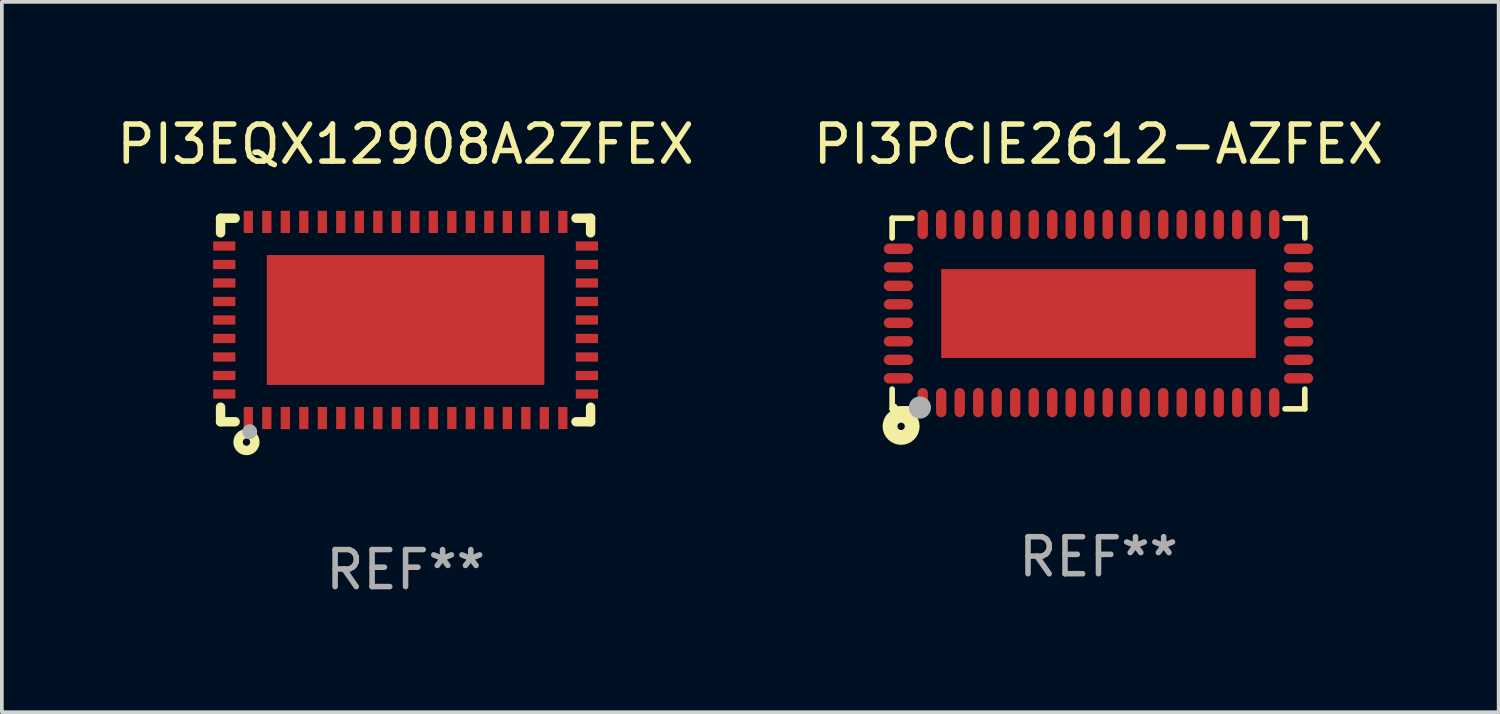
<source format=kicad_pcb>
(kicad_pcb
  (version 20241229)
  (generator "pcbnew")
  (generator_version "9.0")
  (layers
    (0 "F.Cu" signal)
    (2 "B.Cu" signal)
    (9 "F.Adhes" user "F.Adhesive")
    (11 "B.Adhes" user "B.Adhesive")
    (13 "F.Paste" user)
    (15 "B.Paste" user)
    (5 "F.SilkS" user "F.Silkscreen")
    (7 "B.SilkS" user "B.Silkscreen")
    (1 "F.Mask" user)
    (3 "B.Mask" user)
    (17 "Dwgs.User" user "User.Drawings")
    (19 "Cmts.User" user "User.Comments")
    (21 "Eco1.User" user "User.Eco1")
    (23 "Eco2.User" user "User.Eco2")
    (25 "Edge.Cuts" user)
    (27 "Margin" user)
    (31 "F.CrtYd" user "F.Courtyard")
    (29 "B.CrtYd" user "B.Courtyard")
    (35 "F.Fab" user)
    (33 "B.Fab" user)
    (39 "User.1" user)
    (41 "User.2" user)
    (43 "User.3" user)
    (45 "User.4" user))
  (footprint "PI3EQX12908A2ZFEX"
    (layer "F.Cu")
    (at 7.911 5.598)
    (property "Reference" "PI3EQX12908A2ZFEX" (at 0 -4.75 0) (layer "F.SilkS") (effects (font (size 1 1) (thickness 0.15))))
    (attr through_hole)
    (fp_line (start -5 -2.75) (end -4.606 -2.75) (stroke (width 0.254) (type solid)) (layer "F.SilkS"))
    (fp_line (start -5 -2.356) (end -5 -2.75) (stroke (width 0.254) (type solid)) (layer "F.SilkS"))
    (fp_line (start -5 2.75) (end -5 2.356) (stroke (width 0.254) (type solid)) (layer "F.SilkS"))
    (fp_line (start -4.606 2.75) (end -5 2.75) (stroke (width 0.254) (type solid)) (layer "F.SilkS"))
    (fp_line (start 4.606 -2.75) (end 5 -2.75) (stroke (width 0.254) (type solid)) (layer "F.SilkS"))
    (fp_line (start 5 -2.75) (end 5 -2.356) (stroke (width 0.254) (type solid)) (layer "F.SilkS"))
    (fp_line (start 5 2.356) (end 5 2.75) (stroke (width 0.254) (type solid)) (layer "F.SilkS"))
    (fp_line (start 5 2.75) (end 4.606 2.75) (stroke (width 0.254) (type solid)) (layer "F.SilkS"))
    (fp_circle (center -5 2.75) (end -4.97 2.75) (stroke (width 0.06) (type solid)) (fill no) (layer "F.SilkS"))
    (fp_circle (center -4.3 3.3) (end -4.2 3.3) (stroke (width 0.254) (type solid)) (fill no) (layer "F.SilkS"))
    (fp_circle (center -4.212 3.018) (end -4.111 3.018) (stroke (width 0.2) (type solid)) (fill no) (layer "F.Fab"))
    (fp_text user "REF**" (at 0 6.75 0) (layer "F.Fab") (effects (font (size 1 1) (thickness 0.15))))
    (pad "1" smd rect (at -4.25 2.65 270) (size 0.6 0.25) (layers "F.Cu" "F.Mask" "F.Paste"))
    (pad "2" smd rect (at -3.75 2.65 270) (size 0.6 0.25) (layers "F.Cu" "F.Mask" "F.Paste"))
    (pad "3" smd rect (at -3.25 2.65 270) (size 0.6 0.25) (layers "F.Cu" "F.Mask" "F.Paste"))
    (pad "4" smd rect (at -2.75 2.65 270) (size 0.6 0.25) (layers "F.Cu" "F.Mask" "F.Paste"))
    (pad "5" smd rect (at -2.25 2.65 270) (size 0.6 0.25) (layers "F.Cu" "F.Mask" "F.Paste"))
    (pad "6" smd rect (at -1.75 2.65 270) (size 0.6 0.25) (layers "F.Cu" "F.Mask" "F.Paste"))
    (pad "7" smd rect (at -1.25 2.65 270) (size 0.6 0.25) (layers "F.Cu" "F.Mask" "F.Paste"))
    (pad "8" smd rect (at -0.75 2.65 270) (size 0.6 0.25) (layers "F.Cu" "F.Mask" "F.Paste"))
    (pad "9" smd rect (at -0.25 2.65 270) (size 0.6 0.25) (layers "F.Cu" "F.Mask" "F.Paste"))
    (pad "10" smd rect (at 0.25 2.65 270) (size 0.6 0.25) (layers "F.Cu" "F.Mask" "F.Paste"))
    (pad "11" smd rect (at 0.75 2.65 270) (size 0.6 0.25) (layers "F.Cu" "F.Mask" "F.Paste"))
    (pad "12" smd rect (at 1.25 2.65 270) (size 0.6 0.25) (layers "F.Cu" "F.Mask" "F.Paste"))
    (pad "13" smd rect (at 1.75 2.65 270) (size 0.6 0.25) (layers "F.Cu" "F.Mask" "F.Paste"))
    (pad "14" smd rect (at 2.25 2.65 270) (size 0.6 0.25) (layers "F.Cu" "F.Mask" "F.Paste"))
    (pad "15" smd rect (at 2.75 2.65 270) (size 0.6 0.25) (layers "F.Cu" "F.Mask" "F.Paste"))
    (pad "16" smd rect (at 3.25 2.65 270) (size 0.6 0.25) (layers "F.Cu" "F.Mask" "F.Paste"))
    (pad "17" smd rect (at 3.75 2.65 270) (size 0.6 0.25) (layers "F.Cu" "F.Mask" "F.Paste"))
    (pad "18" smd rect (at 4.25 2.65 270) (size 0.6 0.25) (layers "F.Cu" "F.Mask" "F.Paste"))
    (pad "19" smd rect (at 4.9 2 270) (size 0.25 0.6) (layers "F.Cu" "F.Mask" "F.Paste"))
    (pad "20" smd rect (at 4.9 1.5 270) (size 0.25 0.6) (layers "F.Cu" "F.Mask" "F.Paste"))
    (pad "21" smd rect (at 4.9 1 270) (size 0.25 0.6) (layers "F.Cu" "F.Mask" "F.Paste"))
    (pad "22" smd rect (at 4.9 0.5 270) (size 0.25 0.6) (layers "F.Cu" "F.Mask" "F.Paste"))
    (pad "23" smd rect (at 4.9 -0.000076 270) (size 0.25 0.6) (layers "F.Cu" "F.Mask" "F.Paste"))
    (pad "24" smd rect (at 4.9 -0.5 270) (size 0.25 0.6) (layers "F.Cu" "F.Mask" "F.Paste"))
    (pad "25" smd rect (at 4.9 -1 270) (size 0.25 0.6) (layers "F.Cu" "F.Mask" "F.Paste"))
    (pad "26" smd rect (at 4.9 -1.5 270) (size 0.25 0.6) (layers "F.Cu" "F.Mask" "F.Paste"))
    (pad "27" smd rect (at 4.9 -2 270) (size 0.25 0.6) (layers "F.Cu" "F.Mask" "F.Paste"))
    (pad "28" smd rect (at 4.25 -2.65 270) (size 0.6 0.25) (layers "F.Cu" "F.Mask" "F.Paste"))
    (pad "29" smd rect (at 3.75 -2.65 270) (size 0.6 0.25) (layers "F.Cu" "F.Mask" "F.Paste"))
    (pad "30" smd rect (at 3.25 -2.65 270) (size 0.6 0.25) (layers "F.Cu" "F.Mask" "F.Paste"))
    (pad "31" smd rect (at 2.75 -2.65 270) (size 0.6 0.25) (layers "F.Cu" "F.Mask" "F.Paste"))
    (pad "32" smd rect (at 2.25 -2.65 270) (size 0.6 0.25) (layers "F.Cu" "F.Mask" "F.Paste"))
    (pad "33" smd rect (at 1.75 -2.65 270) (size 0.6 0.25) (layers "F.Cu" "F.Mask" "F.Paste"))
    (pad "34" smd rect (at 1.25 -2.65 270) (size 0.6 0.25) (layers "F.Cu" "F.Mask" "F.Paste"))
    (pad "35" smd rect (at 0.75 -2.65 270) (size 0.6 0.25) (layers "F.Cu" "F.Mask" "F.Paste"))
    (pad "36" smd rect (at 0.25 -2.65 270) (size 0.6 0.25) (layers "F.Cu" "F.Mask" "F.Paste"))
    (pad "37" smd rect (at -0.25 -2.65 270) (size 0.6 0.25) (layers "F.Cu" "F.Mask" "F.Paste"))
    (pad "38" smd rect (at -0.75 -2.65 270) (size 0.6 0.25) (layers "F.Cu" "F.Mask" "F.Paste"))
    (pad "39" smd rect (at -1.25 -2.65 270) (size 0.6 0.25) (layers "F.Cu" "F.Mask" "F.Paste"))
    (pad "40" smd rect (at -1.75 -2.65 270) (size 0.6 0.25) (layers "F.Cu" "F.Mask" "F.Paste"))
    (pad "41" smd rect (at -2.25 -2.65 270) (size 0.6 0.25) (layers "F.Cu" "F.Mask" "F.Paste"))
    (pad "42" smd rect (at -2.75 -2.65 270) (size 0.6 0.25) (layers "F.Cu" "F.Mask" "F.Paste"))
    (pad "43" smd rect (at -3.25 -2.65 270) (size 0.6 0.25) (layers "F.Cu" "F.Mask" "F.Paste"))
    (pad "44" smd rect (at -3.75 -2.65 270) (size 0.6 0.25) (layers "F.Cu" "F.Mask" "F.Paste"))
    (pad "45" smd rect (at -4.25 -2.65 270) (size 0.6 0.25) (layers "F.Cu" "F.Mask" "F.Paste"))
    (pad "46" smd rect (at -4.9 -2 270) (size 0.25 0.6) (layers "F.Cu" "F.Mask" "F.Paste"))
    (pad "47" smd rect (at -4.9 -1.5 270) (size 0.25 0.6) (layers "F.Cu" "F.Mask" "F.Paste"))
    (pad "48" smd rect (at -4.9 -1 270) (size 0.25 0.6) (layers "F.Cu" "F.Mask" "F.Paste"))
    (pad "49" smd rect (at -4.9 -0.5 270) (size 0.25 0.6) (layers "F.Cu" "F.Mask" "F.Paste"))
    (pad "50" smd rect (at -4.9 -0.000076 270) (size 0.25 0.6) (layers "F.Cu" "F.Mask" "F.Paste"))
    (pad "51" smd rect (at -4.9 0.5 270) (size 0.25 0.6) (layers "F.Cu" "F.Mask" "F.Paste"))
    (pad "52" smd rect (at -4.9 1 270) (size 0.25 0.6) (layers "F.Cu" "F.Mask" "F.Paste"))
    (pad "53" smd rect (at -4.9 1.5 270) (size 0.25 0.6) (layers "F.Cu" "F.Mask" "F.Paste"))
    (pad "54" smd rect (at -4.9 2 270) (size 0.25 0.6) (layers "F.Cu" "F.Mask" "F.Paste"))
    (pad "55" smd rect (at 0.000064 -0.000076 270) (size 3.51 7.5) (layers "F.Cu" "F.Mask" "F.Paste")))
  (footprint "PI3PCIE2612-AZFEX"
    (layer "F.Cu")
    (at 26.637 5.424)
    (property "Reference" "PI3PCIE2612-AZFEX" (at 0 -4.576 0) (layer "F.SilkS") (effects (font (size 1 1) (thickness 0.15))))
    (attr through_hole)
    (fp_line (start -5.576 -2.576) (end -5.576 -2.042) (stroke (width 0.152) (type solid)) (layer "F.SilkS"))
    (fp_line (start -5.576 2.576) (end -5.576 2.042) (stroke (width 0.152) (type solid)) (layer "F.SilkS"))
    (fp_line (start -5.042 -2.576) (end -5.576 -2.576) (stroke (width 0.152) (type solid)) (layer "F.SilkS"))
    (fp_line (start -5.042 2.576) (end -5.576 2.576) (stroke (width 0.152) (type solid)) (layer "F.SilkS"))
    (fp_line (start 5.042 -2.576) (end 5.576 -2.576) (stroke (width 0.152) (type solid)) (layer "F.SilkS"))
    (fp_line (start 5.042 2.576) (end 5.576 2.576) (stroke (width 0.152) (type solid)) (layer "F.SilkS"))
    (fp_line (start 5.576 -2.576) (end 5.576 -2.042) (stroke (width 0.152) (type solid)) (layer "F.SilkS"))
    (fp_line (start 5.576 2.576) (end 5.576 2.042) (stroke (width 0.152) (type solid)) (layer "F.SilkS"))
    (fp_circle (center -5.5 2.5) (end -5.47 2.5) (stroke (width 0.06) (type solid)) (fill no) (layer "F.SilkS"))
    (fp_circle (center -5.334 3.048) (end -5.234 3.048) (stroke (width 0.4) (type solid)) (fill no) (layer "F.SilkS"))
    (fp_circle (center -4.826 2.54) (end -4.676 2.54) (stroke (width 0.3) (type solid)) (fill no) (layer "F.Fab"))
    (fp_text user "REF**" (at 0 6.576 0) (layer "F.Fab") (effects (font (size 1 1) (thickness 0.15))))
    (pad "1" smd oval (at -4.75 2.407) (size 0.28 0.79) (layers "F.Cu" "F.Mask" "F.Paste"))
    (pad "2" smd oval (at -4.25 2.407) (size 0.28 0.79) (layers "F.Cu" "F.Mask" "F.Paste"))
    (pad "3" smd oval (at -3.75 2.407) (size 0.28 0.79) (layers "F.Cu" "F.Mask" "F.Paste"))
    (pad "4" smd oval (at -3.25 2.407) (size 0.28 0.79) (layers "F.Cu" "F.Mask" "F.Paste"))
    (pad "5" smd oval (at -2.75 2.407) (size 0.28 0.79) (layers "F.Cu" "F.Mask" "F.Paste"))
    (pad "6" smd oval (at -2.25 2.407) (size 0.28 0.79) (layers "F.Cu" "F.Mask" "F.Paste"))
    (pad "7" smd oval (at -1.75 2.407) (size 0.28 0.79) (layers "F.Cu" "F.Mask" "F.Paste"))
    (pad "8" smd oval (at -1.25 2.407) (size 0.28 0.79) (layers "F.Cu" "F.Mask" "F.Paste"))
    (pad "9" smd oval (at -0.75 2.407) (size 0.28 0.79) (layers "F.Cu" "F.Mask" "F.Paste"))
    (pad "10" smd oval (at -0.25 2.407) (size 0.28 0.79) (layers "F.Cu" "F.Mask" "F.Paste"))
    (pad "11" smd oval (at 0.25 2.407) (size 0.28 0.79) (layers "F.Cu" "F.Mask" "F.Paste"))
    (pad "12" smd oval (at 0.75 2.407) (size 0.28 0.79) (layers "F.Cu" "F.Mask" "F.Paste"))
    (pad "13" smd oval (at 1.25 2.407) (size 0.28 0.79) (layers "F.Cu" "F.Mask" "F.Paste"))
    (pad "14" smd oval (at 1.75 2.407) (size 0.28 0.79) (layers "F.Cu" "F.Mask" "F.Paste"))
    (pad "15" smd oval (at 2.25 2.407) (size 0.28 0.79) (layers "F.Cu" "F.Mask" "F.Paste"))
    (pad "16" smd oval (at 2.75 2.407) (size 0.28 0.79) (layers "F.Cu" "F.Mask" "F.Paste"))
    (pad "17" smd oval (at 3.25 2.407) (size 0.28 0.79) (layers "F.Cu" "F.Mask" "F.Paste"))
    (pad "18" smd oval (at 3.75 2.407) (size 0.28 0.79) (layers "F.Cu" "F.Mask" "F.Paste"))
    (pad "19" smd oval (at 4.25 2.407) (size 0.28 0.79) (layers "F.Cu" "F.Mask" "F.Paste"))
    (pad "20" smd oval (at 4.75 2.407) (size 0.28 0.79) (layers "F.Cu" "F.Mask" "F.Paste"))
    (pad "21" smd oval (at 5.407 1.75) (size 0.79 0.28) (layers "F.Cu" "F.Mask" "F.Paste"))
    (pad "22" smd oval (at 5.407 1.25) (size 0.79 0.28) (layers "F.Cu" "F.Mask" "F.Paste"))
    (pad "23" smd oval (at 5.407 0.75) (size 0.79 0.28) (layers "F.Cu" "F.Mask" "F.Paste"))
    (pad "24" smd oval (at 5.407 0.25) (size 0.79 0.28) (layers "F.Cu" "F.Mask" "F.Paste"))
    (pad "25" smd oval (at 5.407 -0.25) (size 0.79 0.28) (layers "F.Cu" "F.Mask" "F.Paste"))
    (pad "26" smd oval (at 5.407 -0.75) (size 0.79 0.28) (layers "F.Cu" "F.Mask" "F.Paste"))
    (pad "27" smd oval (at 5.407 -1.25) (size 0.79 0.28) (layers "F.Cu" "F.Mask" "F.Paste"))
    (pad "28" smd oval (at 5.407 -1.75) (size 0.79 0.28) (layers "F.Cu" "F.Mask" "F.Paste"))
    (pad "29" smd oval (at 4.75 -2.407) (size 0.28 0.79) (layers "F.Cu" "F.Mask" "F.Paste"))
    (pad "30" smd oval (at 4.25 -2.407) (size 0.28 0.79) (layers "F.Cu" "F.Mask" "F.Paste"))
    (pad "31" smd oval (at 3.75 -2.407) (size 0.28 0.79) (layers "F.Cu" "F.Mask" "F.Paste"))
    (pad "32" smd oval (at 3.25 -2.407) (size 0.28 0.79) (layers "F.Cu" "F.Mask" "F.Paste"))
    (pad "33" smd oval (at 2.75 -2.407) (size 0.28 0.79) (layers "F.Cu" "F.Mask" "F.Paste"))
    (pad "34" smd oval (at 2.25 -2.407) (size 0.28 0.79) (layers "F.Cu" "F.Mask" "F.Paste"))
    (pad "35" smd oval (at 1.75 -2.407) (size 0.28 0.79) (layers "F.Cu" "F.Mask" "F.Paste"))
    (pad "36" smd oval (at 1.25 -2.407) (size 0.28 0.79) (layers "F.Cu" "F.Mask" "F.Paste"))
    (pad "37" smd oval (at 0.75 -2.407) (size 0.28 0.79) (layers "F.Cu" "F.Mask" "F.Paste"))
    (pad "38" smd oval (at 0.25 -2.407) (size 0.28 0.79) (layers "F.Cu" "F.Mask" "F.Paste"))
    (pad "39" smd oval (at -0.25 -2.407) (size 0.28 0.79) (layers "F.Cu" "F.Mask" "F.Paste"))
    (pad "40" smd oval (at -0.75 -2.407) (size 0.28 0.79) (layers "F.Cu" "F.Mask" "F.Paste"))
    (pad "41" smd oval (at -1.25 -2.407) (size 0.28 0.79) (layers "F.Cu" "F.Mask" "F.Paste"))
    (pad "42" smd oval (at -1.75 -2.407) (size 0.28 0.79) (layers "F.Cu" "F.Mask" "F.Paste"))
    (pad "43" smd oval (at -2.25 -2.407) (size 0.28 0.79) (layers "F.Cu" "F.Mask" "F.Paste"))
    (pad "44" smd oval (at -2.75 -2.407) (size 0.28 0.79) (layers "F.Cu" "F.Mask" "F.Paste"))
    (pad "45" smd oval (at -3.25 -2.407) (size 0.28 0.79) (layers "F.Cu" "F.Mask" "F.Paste"))
    (pad "46" smd oval (at -3.75 -2.407) (size 0.28 0.79) (layers "F.Cu" "F.Mask" "F.Paste"))
    (pad "47" smd oval (at -4.25 -2.407) (size 0.28 0.79) (layers "F.Cu" "F.Mask" "F.Paste"))
    (pad "48" smd oval (at -4.75 -2.407) (size 0.28 0.79) (layers "F.Cu" "F.Mask" "F.Paste"))
    (pad "49" smd oval (at -5.407 -1.75) (size 0.79 0.28) (layers "F.Cu" "F.Mask" "F.Paste"))
    (pad "50" smd oval (at -5.407 -1.25) (size 0.79 0.28) (layers "F.Cu" "F.Mask" "F.Paste"))
    (pad "51" smd oval (at -5.407 -0.75) (size 0.79 0.28) (layers "F.Cu" "F.Mask" "F.Paste"))
    (pad "52" smd oval (at -5.407 -0.25) (size 0.79 0.28) (layers "F.Cu" "F.Mask" "F.Paste"))
    (pad "53" smd oval (at -5.407 0.25) (size 0.79 0.28) (layers "F.Cu" "F.Mask" "F.Paste"))
    (pad "54" smd oval (at -5.407 0.75) (size 0.79 0.28) (layers "F.Cu" "F.Mask" "F.Paste"))
    (pad "55" smd oval (at -5.407 1.25) (size 0.79 0.28) (layers "F.Cu" "F.Mask" "F.Paste"))
    (pad "56" smd oval (at -5.407 1.75) (size 0.79 0.28) (layers "F.Cu" "F.Mask" "F.Paste"))
    (pad "57" smd rect (at 0 0) (size 8.5 2.4) (layers "F.Cu" "F.Mask" "F.Paste")))
  (gr_rect
    (start -3 -3)
    (end 37.452 16.197)
    (stroke (width 0.1) (type default))
    (fill no)
    (layer "Edge.Cuts")))
</source>
